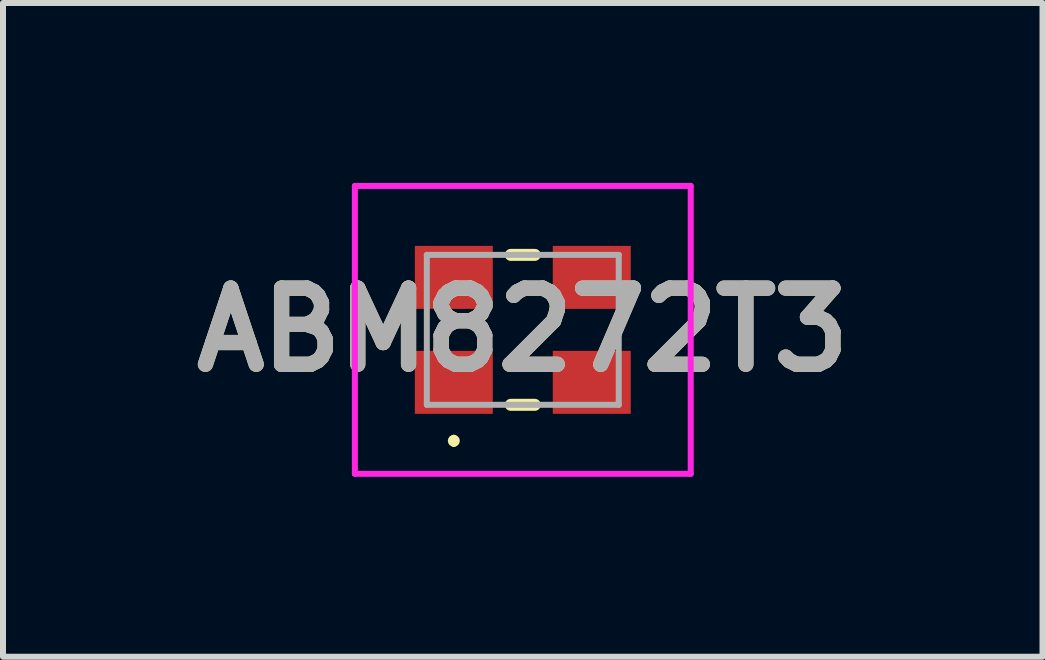
<source format=kicad_pcb>
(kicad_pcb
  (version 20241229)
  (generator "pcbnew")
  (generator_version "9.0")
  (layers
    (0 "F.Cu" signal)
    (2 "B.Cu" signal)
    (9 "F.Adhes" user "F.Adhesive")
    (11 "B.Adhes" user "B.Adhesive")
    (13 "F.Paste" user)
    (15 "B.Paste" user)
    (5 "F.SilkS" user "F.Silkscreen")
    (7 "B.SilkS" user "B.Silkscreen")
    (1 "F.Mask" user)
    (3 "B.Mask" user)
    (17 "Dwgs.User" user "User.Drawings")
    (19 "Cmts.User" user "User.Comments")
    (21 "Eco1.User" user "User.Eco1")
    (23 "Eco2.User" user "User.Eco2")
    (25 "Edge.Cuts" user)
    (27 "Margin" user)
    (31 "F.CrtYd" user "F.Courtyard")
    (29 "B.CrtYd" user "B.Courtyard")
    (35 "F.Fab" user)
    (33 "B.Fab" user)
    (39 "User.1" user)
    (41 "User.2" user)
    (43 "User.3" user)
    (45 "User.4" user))
  (footprint "ABM8272T3"
    (layer "F.Cu")
    (at 5.667 2.45)
    (property "Reference" "ABM8272T3" (at 0 0 0) (layer "F.SilkS") (effects (font (size 1.27 1.27) (thickness 0.254))))
    (attr smd)
    (fp_line (start -1.15 1.8) (end -1.15 1.8) (stroke (width 0.1) (type solid)) (layer "F.SilkS"))
    (fp_line (start -1.15 1.9) (end -1.15 1.9) (stroke (width 0.1) (type solid)) (layer "F.SilkS"))
    (fp_line (start -0.2 -1.25) (end 0.2 -1.25) (stroke (width 0.2) (type solid)) (layer "F.SilkS"))
    (fp_line (start -0.2 1.25) (end 0.2 1.25) (stroke (width 0.2) (type solid)) (layer "F.SilkS"))
    (fp_arc (start -1.15 1.8) (mid -1.1 1.85) (end -1.15 1.9) (stroke (width 0.1) (type solid)) (layer "F.SilkS"))
    (fp_arc (start -1.15 1.9) (mid -1.2 1.85) (end -1.15 1.8) (stroke (width 0.1) (type solid)) (layer "F.SilkS"))
    (fp_line (start -2.8 -2.4) (end 2.8 -2.4) (stroke (width 0.1) (type solid)) (layer "F.CrtYd"))
    (fp_line (start -2.8 2.4) (end -2.8 -2.4) (stroke (width 0.1) (type solid)) (layer "F.CrtYd"))
    (fp_line (start 2.8 -2.4) (end 2.8 2.4) (stroke (width 0.1) (type solid)) (layer "F.CrtYd"))
    (fp_line (start 2.8 2.4) (end -2.8 2.4) (stroke (width 0.1) (type solid)) (layer "F.CrtYd"))
    (fp_line (start -1.6 -1.25) (end 1.6 -1.25) (stroke (width 0.1) (type solid)) (layer "F.Fab"))
    (fp_line (start -1.6 1.25) (end -1.6 -1.25) (stroke (width 0.1) (type solid)) (layer "F.Fab"))
    (fp_line (start 1.6 -1.25) (end 1.6 1.25) (stroke (width 0.1) (type solid)) (layer "F.Fab"))
    (fp_line (start 1.6 1.25) (end -1.6 1.25) (stroke (width 0.1) (type solid)) (layer "F.Fab"))
    (fp_text user "${REFERENCE}" (at 0 0 0) (layer "F.Fab") (effects (font (size 1.27 1.27) (thickness 0.254))))
    (pad "1" smd rect (at -1.15 0.875 90) (size 1.05 1.3) (layers "F.Cu" "F.Mask" "F.Paste"))
    (pad "2" smd rect (at 1.15 0.875 90) (size 1.05 1.3) (layers "F.Cu" "F.Mask" "F.Paste"))
    (pad "3" smd rect (at 1.15 -0.875 90) (size 1.05 1.3) (layers "F.Cu" "F.Mask" "F.Paste"))
    (pad "4" smd rect (at -1.15 -0.875 90) (size 1.05 1.3) (layers "F.Cu" "F.Mask" "F.Paste")))
  (gr_rect
    (start -3 -3)
    (end 14.333 7.9)
    (stroke (width 0.1) (type default))
    (fill no)
    (layer "Edge.Cuts")))
</source>
